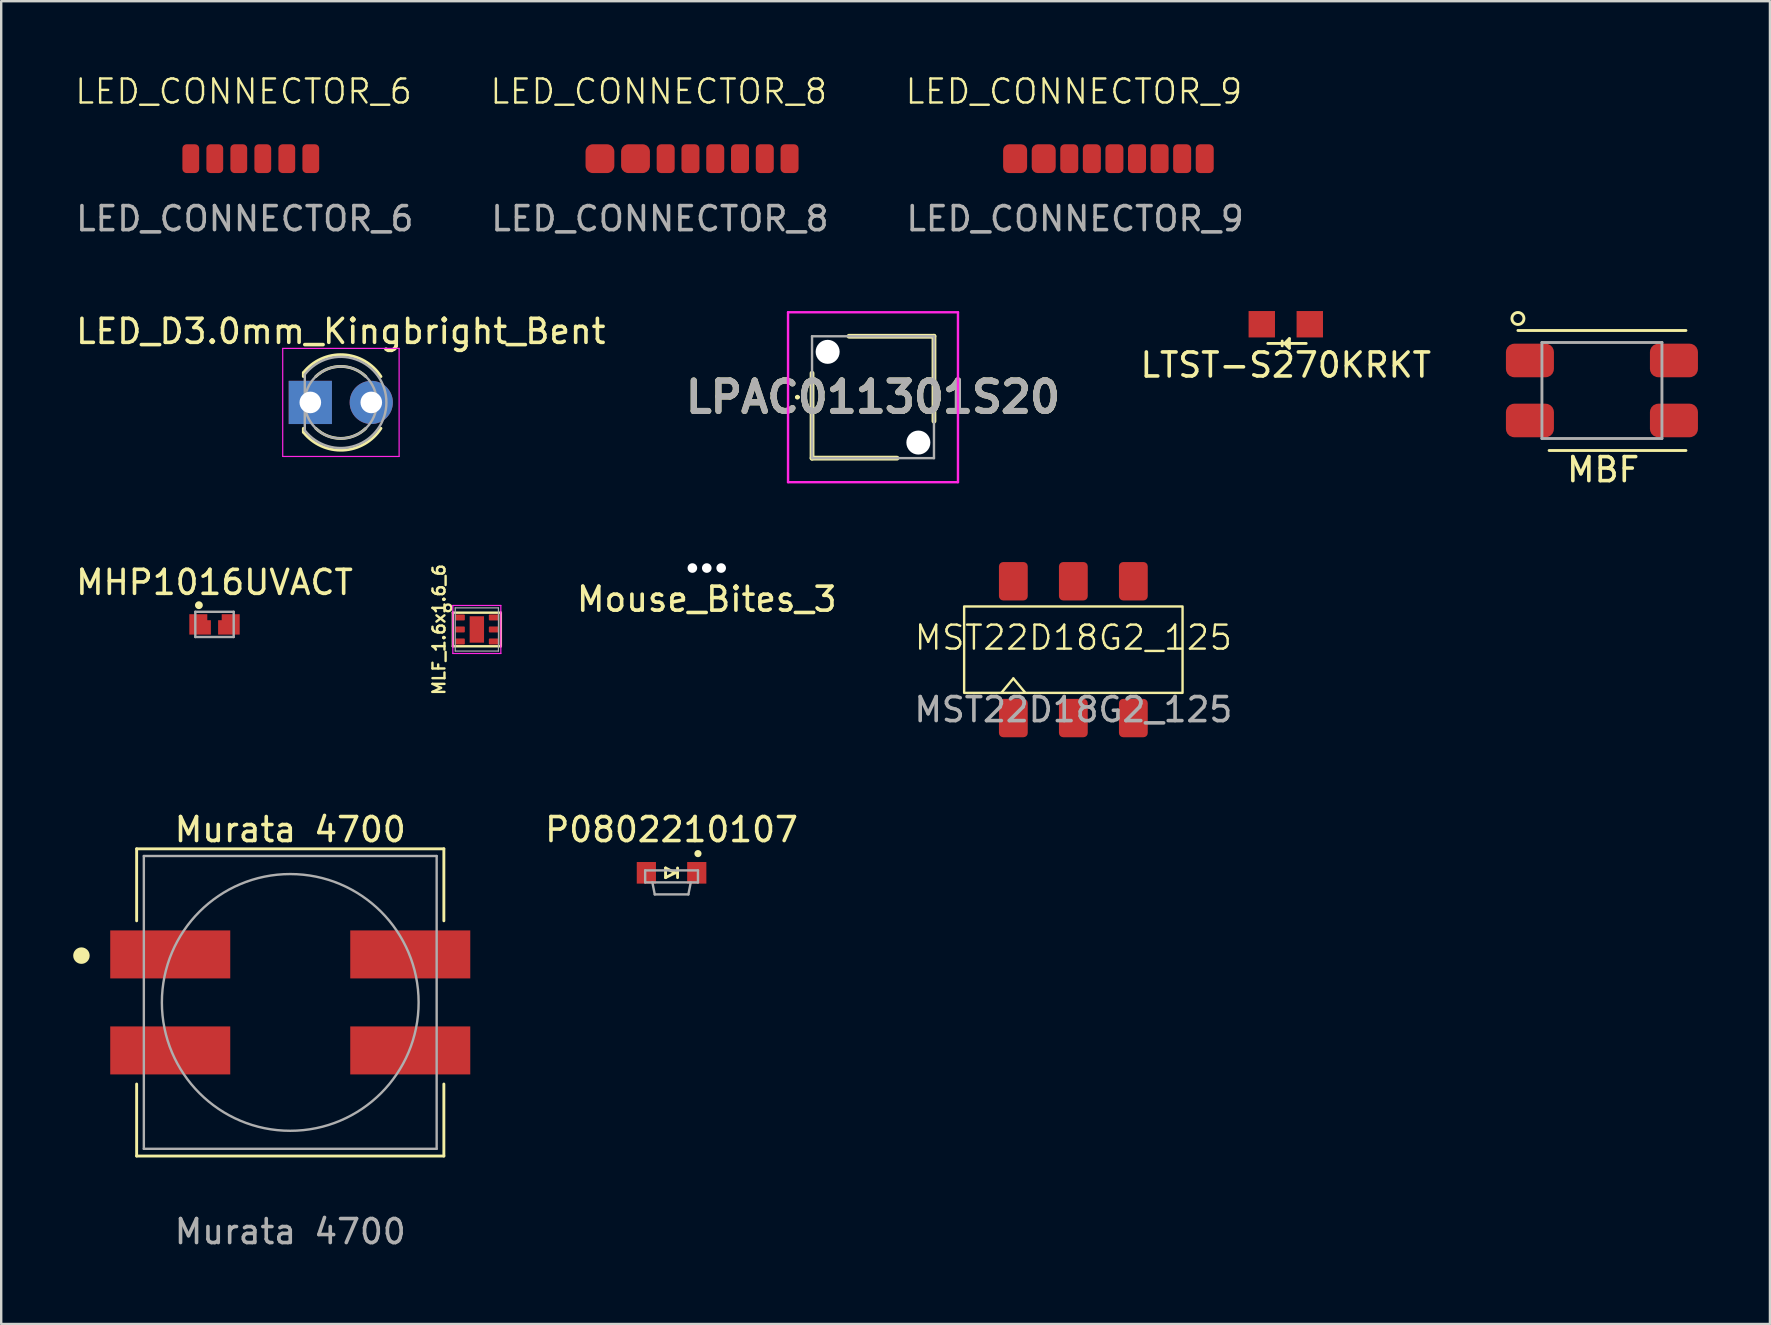
<source format=kicad_pcb>
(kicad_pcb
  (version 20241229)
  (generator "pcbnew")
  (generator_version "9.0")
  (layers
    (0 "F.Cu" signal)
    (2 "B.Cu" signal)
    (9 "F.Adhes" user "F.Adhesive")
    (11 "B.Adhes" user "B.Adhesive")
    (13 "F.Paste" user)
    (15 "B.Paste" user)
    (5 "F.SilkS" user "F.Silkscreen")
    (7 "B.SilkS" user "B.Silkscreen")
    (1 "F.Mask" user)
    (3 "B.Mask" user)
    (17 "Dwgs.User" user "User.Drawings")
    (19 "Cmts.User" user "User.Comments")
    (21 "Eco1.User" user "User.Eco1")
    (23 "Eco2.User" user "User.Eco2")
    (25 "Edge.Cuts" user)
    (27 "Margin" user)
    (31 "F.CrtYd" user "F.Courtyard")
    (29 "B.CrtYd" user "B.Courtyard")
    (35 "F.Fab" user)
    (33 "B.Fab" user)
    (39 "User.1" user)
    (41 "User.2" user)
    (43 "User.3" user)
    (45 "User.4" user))
  (footprint "MBF"
    (layer "F.Cu")
    (at 63.693 13.219)
    (property "Reference" "MBF" (at 0.05 3.3 0) (layer "F.SilkS") (effects (font (size 1 1) (thickness 0.15))))
    (attr through_hole)
    (fp_line (start -2.2 2.5) (end 3.5 2.5) (stroke (width 0.12) (type solid)) (layer "F.SilkS"))
    (fp_line (start 3.5 -2.5) (end -3.5 -2.5) (stroke (width 0.12) (type solid)) (layer "F.SilkS"))
    (fp_circle (center -3.5 -3) (end -3.3 -2.85) (stroke (width 0.12) (type solid)) (fill no) (layer "F.SilkS"))
    (fp_line (start -2.5 -2) (end -2.5 2) (stroke (width 0.12) (type solid)) (layer "F.Fab"))
    (fp_line (start -2.5 2) (end 2.5 2) (stroke (width 0.12) (type solid)) (layer "F.Fab"))
    (fp_line (start 2.5 -2) (end -2.5 -2) (stroke (width 0.12) (type solid)) (layer "F.Fab"))
    (fp_line (start 2.5 2) (end 2.5 -2) (stroke (width 0.12) (type solid)) (layer "F.Fab"))
    (pad "1" smd roundrect (at -3 -1.25) (size 2 1.4) (layers "F.Cu" "F.Mask" "F.Paste") (roundrect_rratio 0.25))
    (pad "2" smd roundrect (at -3 1.25) (size 2 1.4) (layers "F.Cu" "F.Mask" "F.Paste") (roundrect_rratio 0.25))
    (pad "3" smd roundrect (at 3 1.25) (size 2 1.4) (layers "F.Cu" "F.Mask" "F.Paste") (roundrect_rratio 0.25))
    (pad "4" smd roundrect (at 3 -1.25) (size 2 1.4) (layers "F.Cu" "F.Mask" "F.Paste") (roundrect_rratio 0.25)))
  (footprint "LED_CONNECTOR_8"
    (layer "F.Cu")
    (at 24.446 3.561)
    (property "Reference" "LED_CONNECTOR_8" (at -0.05 -2.8 0) (unlocked yes) (layer "F.SilkS") (effects (font (size 1 1) (thickness 0.1))))
    (attr smd)
    (fp_text user "${REFERENCE}" (at 0 2.5 0) (unlocked yes) (layer "F.Fab") (effects (font (size 1 1) (thickness 0.15))))
    (pad "1" smd roundrect (at -2.5 0) (size 1.2 1.2) (layers "F.Cu" "F.Mask") (roundrect_rratio 0.25))
    (pad "2" smd roundrect (at -1.018 0) (size 1.2 1.2) (layers "F.Cu" "F.Mask") (roundrect_rratio 0.25))
    (pad "3" smd roundrect (at 0.239 0) (size 0.75 1.2) (layers "F.Cu" "F.Mask") (roundrect_rratio 0.25))
    (pad "4" smd roundrect (at 1.271 0) (size 0.75 1.2) (layers "F.Cu" "F.Mask") (roundrect_rratio 0.25))
    (pad "5" smd roundrect (at 2.304 0) (size 0.75 1.2) (layers "F.Cu" "F.Mask") (roundrect_rratio 0.25))
    (pad "6" smd roundrect (at 3.336 0) (size 0.75 1.2) (layers "F.Cu" "F.Mask") (roundrect_rratio 0.25))
    (pad "7" smd roundrect (at 4.368 0) (size 0.75 1.2) (layers "F.Cu" "F.Mask") (roundrect_rratio 0.25))
    (pad "8" smd roundrect (at 5.4 0) (size 0.75 1.2) (layers "F.Cu" "F.Mask") (roundrect_rratio 0.25)))
  (footprint "LED_CONNECTOR_9"
    (layer "F.Cu")
    (at 41.744 3.561)
    (property "Reference" "LED_CONNECTOR_9" (at -0.05 -2.8 0) (unlocked yes) (layer "F.SilkS") (effects (font (size 1 1) (thickness 0.1))))
    (attr smd)
    (fp_text user "${REFERENCE}" (at 0 2.5 0) (unlocked yes) (layer "F.Fab") (effects (font (size 1 1) (thickness 0.15))))
    (pad "1" smd roundrect (at -2.5 0) (size 1 1.2) (layers "F.Cu" "F.Mask") (roundrect_rratio 0.25))
    (pad "2" smd roundrect (at -1.309 0) (size 1 1.2) (layers "F.Cu" "F.Mask") (roundrect_rratio 0.25))
    (pad "3" smd roundrect (at -0.244 0) (size 0.75 1.2) (layers "F.Cu" "F.Mask") (roundrect_rratio 0.25))
    (pad "4" smd roundrect (at 0.697 0) (size 0.75 1.2) (layers "F.Cu" "F.Mask") (roundrect_rratio 0.25))
    (pad "5" smd roundrect (at 1.637 0) (size 0.75 1.2) (layers "F.Cu" "F.Mask") (roundrect_rratio 0.25))
    (pad "6" smd roundrect (at 2.578 0) (size 0.75 1.2) (layers "F.Cu" "F.Mask") (roundrect_rratio 0.25))
    (pad "7" smd roundrect (at 3.519 0) (size 0.75 1.2) (layers "F.Cu" "F.Mask") (roundrect_rratio 0.25))
    (pad "8" smd roundrect (at 4.459 0) (size 0.75 1.2) (layers "F.Cu" "F.Mask") (roundrect_rratio 0.25))
    (pad "9" smd roundrect (at 5.4 0) (size 0.75 1.2) (layers "F.Cu" "F.Mask") (roundrect_rratio 0.25)))
  (footprint "LTST-S270KRKT"
    (layer "F.Cu")
    (at 50.521 10.459)
    (property "Reference" "LTST-S270KRKT" (at 0 1.7 0) (layer "F.SilkS") (effects (font (size 1 1) (thickness 0.15))))
    (attr through_hole)
    (fp_line (start -0.15 0.9) (end -0.15 0.7) (stroke (width 0.12) (type solid)) (layer "F.SilkS"))
    (fp_line (start -0.05 0.8) (end 0.15 0.6) (stroke (width 0.12) (type solid)) (layer "F.SilkS"))
    (fp_line (start 0.15 0.6) (end 0.15 1) (stroke (width 0.12) (type solid)) (layer "F.SilkS"))
    (fp_line (start 0.15 1) (end -0.05 0.8) (stroke (width 0.12) (type solid)) (layer "F.SilkS"))
    (fp_line (start 0.85 0.8) (end -0.75 0.8) (stroke (width 0.12) (type solid)) (layer "F.SilkS"))
    (pad "1" smd rect (at -1 0) (size 1.1 1.1) (layers "F.Cu" "F.Mask" "F.Paste"))
    (pad "2" smd rect (at 1 0) (size 1.1 1.1) (layers "F.Cu" "F.Mask" "F.Paste")))
  (footprint "LED_CONNECTOR_6"
    (layer "F.Cu")
    (at 7.149 3.561)
    (property "Reference" "LED_CONNECTOR_6" (at -0.05 -2.8 0) (unlocked yes) (layer "F.SilkS") (effects (font (size 1 1) (thickness 0.1))))
    (attr smd)
    (fp_text user "${REFERENCE}" (at 0 2.5 0) (unlocked yes) (layer "F.Fab") (effects (font (size 1 1) (thickness 0.15))))
    (pad "1" smd roundrect (at -2.25 0) (size 0.7 1.2) (layers "F.Cu" "F.Mask") (roundrect_rratio 0.25))
    (pad "2" smd roundrect (at -1.25 0) (size 0.7 1.2) (layers "F.Cu" "F.Mask") (roundrect_rratio 0.25))
    (pad "3" smd roundrect (at -0.25 0) (size 0.7 1.2) (layers "F.Cu" "F.Mask") (roundrect_rratio 0.25))
    (pad "4" smd roundrect (at 0.75 0) (size 0.7 1.2) (layers "F.Cu" "F.Mask") (roundrect_rratio 0.25))
    (pad "5" smd roundrect (at 1.75 0) (size 0.7 1.2) (layers "F.Cu" "F.Mask") (roundrect_rratio 0.25))
    (pad "6" smd roundrect (at 2.75 0) (size 0.7 1.2) (layers "F.Cu" "F.Mask") (roundrect_rratio 0.25)))
  (footprint "MLF_1.6x1.6_6"
    (layer "F.Cu")
    (at 16.817 23.176)
    (property "Reference" "MLF_1.6x1.6_6" (at -1.575 0.005 90) (layer "F.SilkS") (effects (font (size 0.5 0.5) (thickness 0.1))))
    (attr smd)
    (fp_line (start -1 -0.7) (end -1 0.7) (stroke (width 0.1) (type solid)) (layer "F.SilkS"))
    (fp_line (start -1 0.7) (end 1 0.7) (stroke (width 0.1) (type solid)) (layer "F.SilkS"))
    (fp_line (start 1 -0.7) (end -1 -0.7) (stroke (width 0.1) (type solid)) (layer "F.SilkS"))
    (fp_line (start 1 0.7) (end 1 -0.7) (stroke (width 0.1) (type solid)) (layer "F.SilkS"))
    (fp_circle (center -1.2 -0.9) (end -1.1 -0.8) (stroke (width 0.1) (type solid)) (fill no) (layer "F.SilkS"))
    (fp_line (start -1 -1) (end -1 -0.7) (stroke (width 0.05) (type solid)) (layer "F.CrtYd"))
    (fp_line (start -1 -0.7) (end -1 0.7) (stroke (width 0.05) (type solid)) (layer "F.CrtYd"))
    (fp_line (start -1 0.7) (end -1 1) (stroke (width 0.05) (type solid)) (layer "F.CrtYd"))
    (fp_line (start -1 1) (end 1 1) (stroke (width 0.05) (type solid)) (layer "F.CrtYd"))
    (fp_line (start 1 -1) (end -1 -1) (stroke (width 0.05) (type solid)) (layer "F.CrtYd"))
    (fp_line (start 1 -0.7) (end 1 -1) (stroke (width 0.05) (type solid)) (layer "F.CrtYd"))
    (fp_line (start 1 0.7) (end 1 -0.7) (stroke (width 0.05) (type solid)) (layer "F.CrtYd"))
    (fp_line (start 1 1) (end 1 0.7) (stroke (width 0.05) (type solid)) (layer "F.CrtYd"))
    (fp_line (start -0.9 -0.9) (end -0.9 0.9) (stroke (width 0.05) (type solid)) (layer "F.Fab"))
    (fp_line (start -0.9 0.9) (end 0.9 0.9) (stroke (width 0.05) (type solid)) (layer "F.Fab"))
    (fp_line (start 0.9 -0.9) (end -0.9 -0.9) (stroke (width 0.05) (type solid)) (layer "F.Fab"))
    (fp_line (start 0.9 0.9) (end 0.9 -0.9) (stroke (width 0.05) (type solid)) (layer "F.Fab"))
    (pad "1" smd roundrect (at -0.7 -0.5) (size 0.4 0.25) (layers "F.Cu" "F.Mask" "F.Paste") (roundrect_rratio 0.15))
    (pad "2" smd roundrect (at -0.7 0) (size 0.4 0.25) (layers "F.Cu" "F.Mask" "F.Paste") (roundrect_rratio 0.15))
    (pad "3" smd roundrect (at -0.7 0.5) (size 0.4 0.25) (layers "F.Cu" "F.Mask" "F.Paste") (roundrect_rratio 0.15))
    (pad "4" smd roundrect (at 0.7 0.5) (size 0.4 0.25) (layers "F.Cu" "F.Mask" "F.Paste") (roundrect_rratio 0.15))
    (pad "5" smd roundrect (at 0.7 0) (size 0.4 0.25) (layers "F.Cu" "F.Mask" "F.Paste") (roundrect_rratio 0.15))
    (pad "6" smd roundrect (at 0.7 -0.5) (size 0.4 0.25) (layers "F.Cu" "F.Mask" "F.Paste") (roundrect_rratio 0.15))
    (pad "7" smd rect (at 0 0) (size 0.6 1.1) (layers "F.Cu" "F.Mask" "F.Paste")))
  (footprint "LPAC011301S20"
    (layer "F.Cu")
    (at 33.323 13.499)
    (property "Reference" "LPAC011301S20" (at 0 0 0) (layer "F.SilkS") (effects (font (size 1.27 1.27) (thickness 0.254))))
    (attr through_hole)
    (fp_line (start -3.2 0) (end -3.2 0) (stroke (width 0.1) (type solid)) (layer "F.SilkS"))
    (fp_line (start -3.1 0) (end -3.1 0) (stroke (width 0.1) (type solid)) (layer "F.SilkS"))
    (fp_line (start -2.54 -1) (end -2.54 2.54) (stroke (width 0.2) (type solid)) (layer "F.SilkS"))
    (fp_line (start -2.54 2.54) (end 1 2.54) (stroke (width 0.2) (type solid)) (layer "F.SilkS"))
    (fp_line (start -1 -2.54) (end 2.54 -2.54) (stroke (width 0.2) (type solid)) (layer "F.SilkS"))
    (fp_line (start 2.54 -2.54) (end 2.54 1) (stroke (width 0.2) (type solid)) (layer "F.SilkS"))
    (fp_arc (start -3.2 0) (mid -3.15 -0.05) (end -3.1 0) (stroke (width 0.1) (type solid)) (layer "F.SilkS"))
    (fp_arc (start -3.1 0) (mid -3.15 0.05) (end -3.2 0) (stroke (width 0.1) (type solid)) (layer "F.SilkS"))
    (fp_line (start -3.54 -3.54) (end 3.54 -3.54) (stroke (width 0.1) (type solid)) (layer "F.CrtYd"))
    (fp_line (start -3.54 3.54) (end -3.54 -3.54) (stroke (width 0.1) (type solid)) (layer "F.CrtYd"))
    (fp_line (start 3.54 -3.54) (end 3.54 3.54) (stroke (width 0.1) (type solid)) (layer "F.CrtYd"))
    (fp_line (start 3.54 3.54) (end -3.54 3.54) (stroke (width 0.1) (type solid)) (layer "F.CrtYd"))
    (fp_line (start -2.54 -2.54) (end 2.54 -2.54) (stroke (width 0.1) (type solid)) (layer "F.Fab"))
    (fp_line (start -2.54 2.54) (end -2.54 -2.54) (stroke (width 0.1) (type solid)) (layer "F.Fab"))
    (fp_line (start 2.54 -2.54) (end 2.54 2.54) (stroke (width 0.1) (type solid)) (layer "F.Fab"))
    (fp_line (start 2.54 2.54) (end -2.54 2.54) (stroke (width 0.1) (type solid)) (layer "F.Fab"))
    (fp_text user "${REFERENCE}" (at 0 0 0) (layer "F.Fab") (effects (font (size 1.27 1.27) (thickness 0.254))))
    (pad "" np_thru_hole circle (at -1.89 -1.89) (size 1 1) (drill 1) (layers "*.Cu" "*.Mask"))
    (pad "" np_thru_hole circle (at 1.89 1.89) (size 1 1) (drill 1) (layers "*.Cu" "*.Mask")))
  (footprint "LED_D3.0mm_Kingbright_Bent"
    (layer "F.Cu")
    (at 9.879 13.717)
    (property "Reference" "LED_D3.0mm_Kingbright_Bent" (at 1.27 -2.96 0) (layer "F.SilkS") (effects (font (size 1 1) (thickness 0.15))))
    (attr through_hole)
    (fp_line (start -0.29 -1.236) (end -0.29 -1.08) (stroke (width 0.12) (type solid)) (layer "F.SilkS"))
    (fp_line (start -0.29 1.08) (end -0.29 1.236) (stroke (width 0.12) (type solid)) (layer "F.SilkS"))
    (fp_arc (start -0.29 -1.235516) (mid 1.366487 -1.987659) (end 2.942335 -1.078608) (stroke (width 0.12) (type solid)) (layer "F.SilkS"))
    (fp_arc (start 0.229039 -1.08) (mid 1.270117 -1.5) (end 2.31113 -1.079837) (stroke (width 0.12) (type solid)) (layer "F.SilkS"))
    (fp_arc (start 2.31113 1.079837) (mid 1.270117 1.5) (end 0.229039 1.08) (stroke (width 0.12) (type solid)) (layer "F.SilkS"))
    (fp_arc (start 2.942335 1.078608) (mid 1.366487 1.987659) (end -0.29 1.235516) (stroke (width 0.12) (type solid)) (layer "F.SilkS"))
    (fp_line (start -1.15 -2.25) (end -1.15 2.25) (stroke (width 0.05) (type solid)) (layer "F.CrtYd"))
    (fp_line (start -1.15 2.25) (end 3.7 2.25) (stroke (width 0.05) (type solid)) (layer "F.CrtYd"))
    (fp_line (start 3.7 -2.25) (end -1.15 -2.25) (stroke (width 0.05) (type solid)) (layer "F.CrtYd"))
    (fp_line (start 3.7 2.25) (end 3.7 -2.25) (stroke (width 0.05) (type solid)) (layer "F.CrtYd"))
    (fp_line (start -0.23 -1.166) (end -0.23 1.166) (stroke (width 0.1) (type solid)) (layer "F.Fab"))
    (fp_arc (start -0.23 -1.16619) (mid 3.17 0.000452) (end -0.230555 1.165476) (stroke (width 0.1) (type solid)) (layer "F.Fab"))
    (fp_circle (center 1.27 0) (end 2.77 0) (stroke (width 0.1) (type solid)) (fill no) (layer "F.Fab"))
    (pad "1" thru_hole rect (at 0 0) (size 1.8 1.8) (drill 0.9) (layers "*.Cu" "*.Mask"))
    (pad "2" thru_hole circle (at 2.54 0) (size 1.8 1.8) (drill 0.9) (layers "*.Cu" "*.Mask")))
  (footprint "P0802210107"
    (layer "F.Cu")
    (at 24.93 33.315)
    (property "Reference" "P0802210107" (at 0 -1.8 0) (unlocked yes) (layer "F.SilkS") (effects (font (size 1 1) (thickness 0.15))))
    (attr smd)
    (fp_line (start -0.25 -0.2) (end 0.15 0) (stroke (width 0.12) (type default)) (layer "F.SilkS"))
    (fp_line (start -0.25 0.2) (end -0.25 -0.2) (stroke (width 0.12) (type default)) (layer "F.SilkS"))
    (fp_line (start 0.15 0) (end -0.25 0.2) (stroke (width 0.12) (type default)) (layer "F.SilkS"))
    (fp_line (start 0.25 -0.2) (end 0.25 0.2) (stroke (width 0.12) (type default)) (layer "F.SilkS"))
    (fp_circle (center 1.1 -0.8) (end 1.2 -0.8) (stroke (width 0.1) (type solid)) (fill yes) (layer "F.SilkS"))
    (fp_line (start -1.1 -0.1) (end 1.1 -0.1) (stroke (width 0.1) (type default)) (layer "F.Fab"))
    (fp_line (start -1.1 0.4) (end -1.1 -0.1) (stroke (width 0.1) (type default)) (layer "F.Fab"))
    (fp_line (start -0.8 0.4) (end -0.7 0.9) (stroke (width 0.1) (type default)) (layer "F.Fab"))
    (fp_line (start -0.7 0.9) (end 0.7 0.9) (stroke (width 0.1) (type default)) (layer "F.Fab"))
    (fp_line (start 0.7 0.9) (end 0.8 0.4) (stroke (width 0.1) (type default)) (layer "F.Fab"))
    (fp_line (start 1.1 -0.1) (end 1.1 0.4) (stroke (width 0.1) (type default)) (layer "F.Fab"))
    (fp_line (start 1.1 0.4) (end -1.1 0.4) (stroke (width 0.1) (type default)) (layer "F.Fab"))
    (pad "1" smd rect (at 1.05 0) (size 0.8 0.9) (layers "F.Cu" "F.Mask" "F.Paste"))
    (pad "2" smd rect (at -1.05 0) (size 0.8 0.9) (layers "F.Cu" "F.Mask" "F.Paste")))
  (footprint "MST22D18G2_125"
    (layer "F.Cu")
    (at 41.67 24.017)
    (property "Reference" "MST22D18G2_125" (at 0 -0.5 0) (unlocked yes) (layer "F.SilkS") (effects (font (size 1 1) (thickness 0.1))))
    (attr smd)
    (fp_line (start -3 1.8) (end -2.5 1.2) (stroke (width 0.1) (type default)) (layer "F.SilkS"))
    (fp_line (start -2.5 1.2) (end -2 1.8) (stroke (width 0.1) (type default)) (layer "F.SilkS"))
    (fp_rect (start -4.55 -1.8) (end 4.55 1.8) (stroke (width 0.1) (type solid)) (fill no) (layer "F.SilkS"))
    (fp_text user "${REFERENCE}" (at 0 2.5 0) (unlocked yes) (layer "F.Fab") (effects (font (size 1 1) (thickness 0.15))))
    (pad "1" smd roundrect (at -2.5 2.85) (size 1.2 1.6) (layers "F.Cu" "F.Mask" "F.Paste") (roundrect_rratio 0.15))
    (pad "2" smd roundrect (at 0 2.85) (size 1.2 1.6) (layers "F.Cu" "F.Mask" "F.Paste") (roundrect_rratio 0.15))
    (pad "3" smd roundrect (at 2.5 2.85) (size 1.2 1.6) (layers "F.Cu" "F.Mask" "F.Paste") (roundrect_rratio 0.15))
    (pad "4" smd roundrect (at 2.5 -2.85) (size 1.2 1.6) (layers "F.Cu" "F.Mask" "F.Paste") (roundrect_rratio 0.15))
    (pad "5" smd roundrect (at 0 -2.85) (size 1.2 1.6) (layers "F.Cu" "F.Mask" "F.Paste") (roundrect_rratio 0.15))
    (pad "6" smd roundrect (at -2.5 -2.85) (size 1.2 1.6) (layers "F.Cu" "F.Mask" "F.Paste") (roundrect_rratio 0.15)))
  (footprint "Mouse_Bites_3"
    (layer "F.Cu")
    (at 26.397 20.617)
    (property "Reference" "Mouse_Bites_3" (at 0 1.3 0) (layer "F.SilkS") (effects (font (size 1 1) (thickness 0.15))))
    (attr through_hole)
    (pad "" np_thru_hole circle (at -0.6 0) (size 0.4 0.4) (drill 0.4) (layers "*.Cu" "*.Mask"))
    (pad "" np_thru_hole circle (at 0 0) (size 0.4 0.4) (drill 0.4) (layers "*.Cu" "*.Mask"))
    (pad "" np_thru_hole circle (at 0.6 0) (size 0.4 0.4) (drill 0.4) (layers "*.Cu" "*.Mask")))
  (footprint "Murata 4700"
    (layer "F.Cu")
    (at 9.043 38.715)
    (property "Reference" "Murata 4700" (at 0 -7.2 0) (unlocked yes) (layer "F.SilkS") (effects (font (size 1 1) (thickness 0.15))))
    (attr smd)
    (fp_line (start -6.4 -6.4) (end -6.4 -3.4) (stroke (width 0.12) (type solid)) (layer "F.SilkS"))
    (fp_line (start -6.4 6.4) (end -6.4 3.4) (stroke (width 0.12) (type solid)) (layer "F.SilkS"))
    (fp_line (start -6.4 6.4) (end 6.4 6.4) (stroke (width 0.12) (type solid)) (layer "F.SilkS"))
    (fp_line (start 6.4 -6.4) (end -6.4 -6.4) (stroke (width 0.12) (type solid)) (layer "F.SilkS"))
    (fp_line (start 6.4 -6.4) (end 6.4 -3.4) (stroke (width 0.12) (type solid)) (layer "F.SilkS"))
    (fp_line (start 6.4 6.4) (end 6.4 3.4) (stroke (width 0.12) (type solid)) (layer "F.SilkS"))
    (fp_circle (center -8.7 -1.95) (end -8.417 -1.95) (stroke (width 0.12) (type solid)) (fill yes) (layer "F.SilkS"))
    (fp_line (start -6.1 -6.1) (end -6.1 6.1) (stroke (width 0.1) (type solid)) (layer "F.Fab"))
    (fp_line (start -6.1 6.1) (end 6.1 6.1) (stroke (width 0.1) (type solid)) (layer "F.Fab"))
    (fp_line (start 6.1 -6.1) (end -6.1 -6.1) (stroke (width 0.1) (type solid)) (layer "F.Fab"))
    (fp_line (start 6.1 6.1) (end 6.1 -6.1) (stroke (width 0.1) (type solid)) (layer "F.Fab"))
    (fp_circle (center 0 0) (end 4 3.55) (stroke (width 0.1) (type solid)) (fill no) (layer "F.Fab"))
    (fp_text user "${REFERENCE}" (at 0 9.55 0) (unlocked yes) (layer "F.Fab") (effects (font (size 1 1) (thickness 0.15))))
    (pad "1" smd rect (at -5 -2) (size 5 2) (layers "F.Cu" "F.Mask" "F.Paste"))
    (pad "2" smd rect (at -5 2) (size 5 2) (layers "F.Cu" "F.Mask" "F.Paste"))
    (pad "3" smd rect (at 5 2) (size 5 2) (layers "F.Cu" "F.Mask" "F.Paste"))
    (pad "4" smd rect (at 5 -2) (size 5 2) (layers "F.Cu" "F.Mask" "F.Paste")))
  (footprint "MHP1016UVACT"
    (layer "F.Cu")
    (at 5.887 22.965)
    (property "Reference" "MHP1016UVACT" (at 0 -1.75 0) (unlocked yes) (layer "F.SilkS") (effects (font (size 1 1) (thickness 0.15))))
    (attr smd)
    (fp_circle (center -0.65 -0.8) (end -0.547 -0.8) (stroke (width 0.12) (type solid)) (fill yes) (layer "F.SilkS"))
    (fp_line (start -0.8 -0.525) (end 0.8 -0.525) (stroke (width 0.1) (type default)) (layer "F.Fab"))
    (fp_line (start -0.8 0.525) (end -0.8 -0.525) (stroke (width 0.1) (type default)) (layer "F.Fab"))
    (fp_line (start 0.8 -0.525) (end 0.8 0.525) (stroke (width 0.1) (type default)) (layer "F.Fab"))
    (fp_line (start 0.8 0.525) (end -0.8 0.525) (stroke (width 0.1) (type default)) (layer "F.Fab"))
    (pad "1" smd custom (at -0.6 0) (size 0.1 0.1) (layers "F.Cu" "F.Mask" "F.Paste") (options (anchor rect)) (primitives (gr_poly (pts (xy -0.45 -0.425) (xy -0.45 0.425) (xy 0.45 0.425) (xy 0.45 -0.175) (xy 0.3 -0.175) (xy 0.3 -0.425)) (width 0) (fill yes))))
    (pad "2" smd custom (at 0.65 0) (size 0.1 0.1) (layers "F.Cu" "F.Mask" "F.Paste") (options (anchor rect)) (primitives (gr_poly (pts (xy 0.4 -0.425) (xy 0.4 0.425) (xy -0.5 0.425) (xy -0.5 -0.175) (xy -0.35 -0.175) (xy -0.35 -0.425)) (width 0) (fill yes)))))
  (gr_rect
    (start -3 -3)
    (end 70.693 52.114)
    (stroke (width 0.1) (type default))
    (fill no)
    (layer "Edge.Cuts")))
</source>
